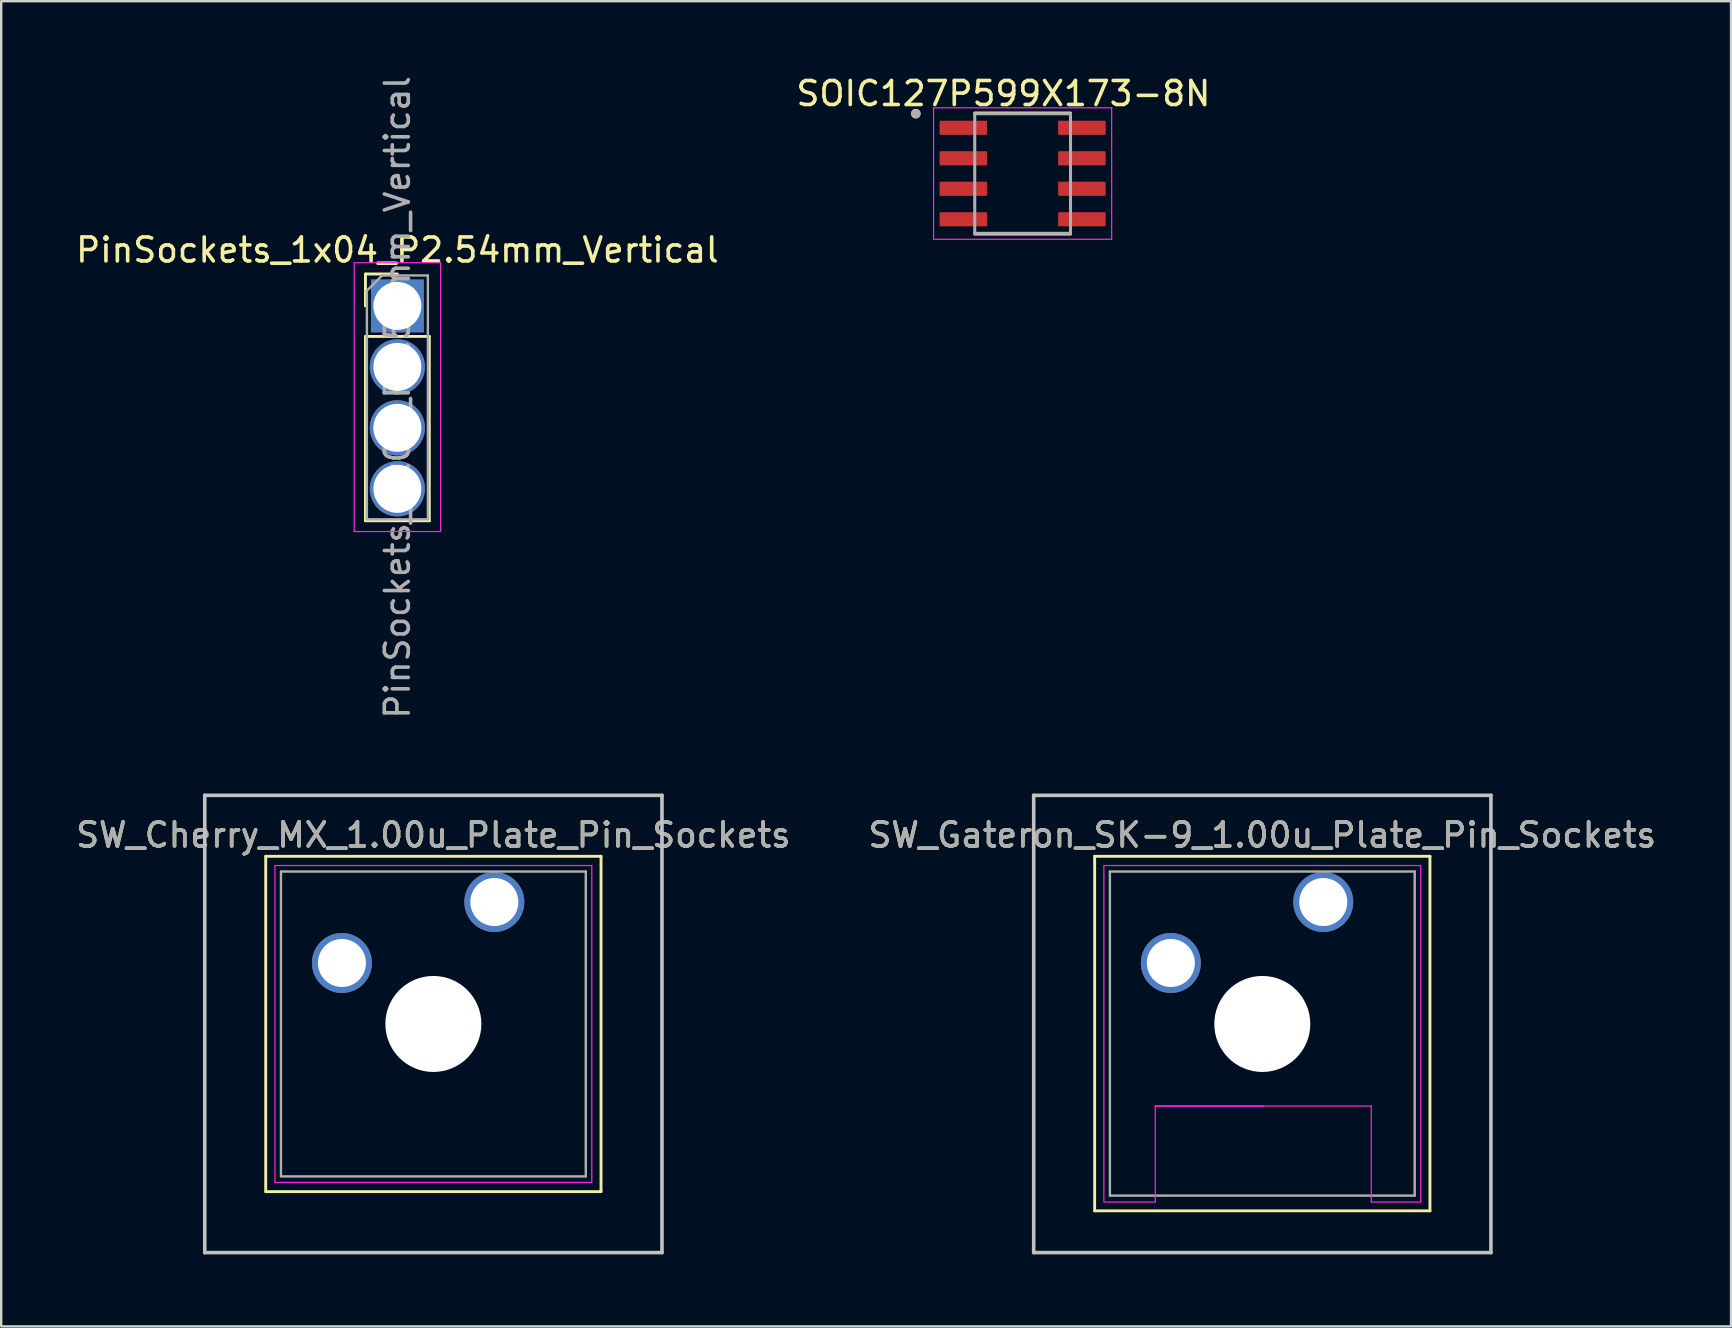
<source format=kicad_pcb>
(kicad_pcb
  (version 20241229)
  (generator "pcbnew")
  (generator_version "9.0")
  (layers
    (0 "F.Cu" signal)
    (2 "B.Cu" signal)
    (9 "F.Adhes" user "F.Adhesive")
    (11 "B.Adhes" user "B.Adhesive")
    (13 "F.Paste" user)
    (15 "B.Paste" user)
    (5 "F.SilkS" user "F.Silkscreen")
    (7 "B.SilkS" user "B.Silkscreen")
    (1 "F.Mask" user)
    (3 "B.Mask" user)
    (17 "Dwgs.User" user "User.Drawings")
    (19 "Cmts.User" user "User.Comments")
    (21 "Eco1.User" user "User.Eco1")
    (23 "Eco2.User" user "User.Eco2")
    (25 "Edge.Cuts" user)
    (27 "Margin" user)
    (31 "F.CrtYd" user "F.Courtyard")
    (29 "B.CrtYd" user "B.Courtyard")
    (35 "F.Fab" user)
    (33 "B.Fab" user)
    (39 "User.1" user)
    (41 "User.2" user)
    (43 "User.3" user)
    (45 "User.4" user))
  (footprint "SW_Gateron_SK-9_1.00u_Plate_Pin_Sockets"
    (layer "F.Cu")
    (at 52.082 34.532)
    (property "Reference" "SW_Gateron_SK-9_1.00u_Plate_Pin_Sockets" (at -2.54 -2.794 0) (layer "F.SilkS") (effects (font (size 1 1) (thickness 0.15))))
    (attr through_hole)
    (fp_line (start -9.525 -1.905) (end 4.445 -1.905) (stroke (width 0.12) (type solid)) (layer "F.SilkS"))
    (fp_line (start -9.525 12.865) (end -9.525 -1.905) (stroke (width 0.12) (type solid)) (layer "F.SilkS"))
    (fp_line (start -9.525 12.865) (end 4.445 12.865) (stroke (width 0.12) (type solid)) (layer "F.SilkS"))
    (fp_line (start 4.445 -1.905) (end 4.445 12.865) (stroke (width 0.12) (type solid)) (layer "F.SilkS"))
    (fp_line (start -12.065 -4.445) (end 6.985 -4.445) (stroke (width 0.15) (type solid)) (layer "Dwgs.User"))
    (fp_line (start -12.065 14.605) (end -12.065 -4.445) (stroke (width 0.15) (type solid)) (layer "Dwgs.User"))
    (fp_line (start 6.985 -4.445) (end 6.985 14.605) (stroke (width 0.15) (type solid)) (layer "Dwgs.User"))
    (fp_line (start 6.985 14.605) (end -12.065 14.605) (stroke (width 0.15) (type solid)) (layer "Dwgs.User"))
    (fp_line (start -9.14 -1.52) (end 4.06 -1.52) (stroke (width 0.05) (type solid)) (layer "F.CrtYd"))
    (fp_line (start -9.14 12.48) (end -9.14 -1.52) (stroke (width 0.05) (type solid)) (layer "F.CrtYd"))
    (fp_line (start -7 8.5) (end -7 12.5) (stroke (width 0.05) (type solid)) (layer "F.CrtYd"))
    (fp_line (start -7 8.5) (end -2.5 8.5) (stroke (width 0.05) (type solid)) (layer "F.CrtYd"))
    (fp_line (start -7 12.5) (end -9.14 12.5) (stroke (width 0.05) (type solid)) (layer "F.CrtYd"))
    (fp_line (start -2.5 8.5) (end -7 8.5) (stroke (width 0.05) (type solid)) (layer "F.CrtYd"))
    (fp_line (start -2.5 8.5) (end 2 8.5) (stroke (width 0.05) (type solid)) (layer "F.CrtYd"))
    (fp_line (start 2 8.5) (end 2 12.5) (stroke (width 0.05) (type solid)) (layer "F.CrtYd"))
    (fp_line (start 2 12.5) (end 4.06 12.5) (stroke (width 0.05) (type solid)) (layer "F.CrtYd"))
    (fp_line (start 4.06 -1.52) (end 4.06 12.48) (stroke (width 0.05) (type solid)) (layer "F.CrtYd"))
    (fp_line (start -8.89 -1.27) (end 3.81 -1.27) (stroke (width 0.1) (type solid)) (layer "F.Fab"))
    (fp_line (start -8.89 12.23) (end -8.89 -1.27) (stroke (width 0.1) (type solid)) (layer "F.Fab"))
    (fp_line (start -8.89 12.23) (end 3.81 12.23) (stroke (width 0.1) (type solid)) (layer "F.Fab"))
    (fp_line (start 3.81 -1.27) (end 3.81 12.23) (stroke (width 0.1) (type solid)) (layer "F.Fab"))
    (fp_text user "${REFERENCE}" (at -2.54 -2.794 0) (layer "F.Fab") (effects (font (size 1 1) (thickness 0.15))))
    (pad "" np_thru_hole circle (at -2.54 5.08) (size 4 4) (drill 4) (layers "*.Cu" "*.Mask"))
    (pad "1" thru_hole circle (at 0 0) (size 2.5 2.5) (drill 2) (layers "*.Cu" "*.Mask"))
    (pad "2" thru_hole circle (at -6.35 2.54) (size 2.5 2.5) (drill 2) (layers "*.Cu" "*.Mask")))
  (footprint "SW_Cherry_MX_1.00u_Plate_Pin_Sockets"
    (layer "F.Cu")
    (at 17.546 34.532)
    (property "Reference" "SW_Cherry_MX_1.00u_Plate_Pin_Sockets" (at -2.54 -2.794 0) (layer "F.SilkS") (effects (font (size 1 1) (thickness 0.15))))
    (attr through_hole)
    (fp_line (start -9.525 -1.905) (end 4.445 -1.905) (stroke (width 0.12) (type solid)) (layer "F.SilkS"))
    (fp_line (start -9.525 12.065) (end -9.525 -1.905) (stroke (width 0.12) (type solid)) (layer "F.SilkS"))
    (fp_line (start 4.445 -1.905) (end 4.445 12.065) (stroke (width 0.12) (type solid)) (layer "F.SilkS"))
    (fp_line (start 4.445 12.065) (end -9.525 12.065) (stroke (width 0.12) (type solid)) (layer "F.SilkS"))
    (fp_line (start -12.065 -4.445) (end 6.985 -4.445) (stroke (width 0.15) (type solid)) (layer "Dwgs.User"))
    (fp_line (start -12.065 14.605) (end -12.065 -4.445) (stroke (width 0.15) (type solid)) (layer "Dwgs.User"))
    (fp_line (start 6.985 -4.445) (end 6.985 14.605) (stroke (width 0.15) (type solid)) (layer "Dwgs.User"))
    (fp_line (start 6.985 14.605) (end -12.065 14.605) (stroke (width 0.15) (type solid)) (layer "Dwgs.User"))
    (fp_line (start -9.14 -1.52) (end 4.06 -1.52) (stroke (width 0.05) (type solid)) (layer "F.CrtYd"))
    (fp_line (start -9.14 11.68) (end -9.14 -1.52) (stroke (width 0.05) (type solid)) (layer "F.CrtYd"))
    (fp_line (start 4.06 -1.52) (end 4.06 11.68) (stroke (width 0.05) (type solid)) (layer "F.CrtYd"))
    (fp_line (start 4.06 11.68) (end -9.14 11.68) (stroke (width 0.05) (type solid)) (layer "F.CrtYd"))
    (fp_line (start -8.89 -1.27) (end 3.81 -1.27) (stroke (width 0.1) (type solid)) (layer "F.Fab"))
    (fp_line (start -8.89 11.43) (end -8.89 -1.27) (stroke (width 0.1) (type solid)) (layer "F.Fab"))
    (fp_line (start 3.81 -1.27) (end 3.81 11.43) (stroke (width 0.1) (type solid)) (layer "F.Fab"))
    (fp_line (start 3.81 11.43) (end -8.89 11.43) (stroke (width 0.1) (type solid)) (layer "F.Fab"))
    (fp_text user "${REFERENCE}" (at -2.54 -2.794 0) (layer "F.Fab") (effects (font (size 1 1) (thickness 0.15))))
    (pad "" np_thru_hole circle (at -2.54 5.08) (size 4 4) (drill 4) (layers "*.Cu" "*.Mask"))
    (pad "1" thru_hole circle (at 0 0) (size 2.5 2.5) (drill 2) (layers "*.Cu" "*.Mask"))
    (pad "2" thru_hole circle (at -6.35 2.54) (size 2.5 2.5) (drill 2) (layers "*.Cu" "*.Mask")))
  (footprint "SOIC127P599X173-8N"
    (layer "F.Cu")
    (at 39.556 4.18)
    (property "Reference" "SOIC127P599X173-8N" (at -0.8 -3.332 0) (layer "F.SilkS") (effects (font (size 1 1) (thickness 0.15))))
    (attr through_hole)
    (fp_line (start -1.995 -2.52) (end 1.995 -2.52) (stroke (width 0.127) (type solid)) (layer "F.SilkS"))
    (fp_line (start -1.995 2.52) (end 1.995 2.52) (stroke (width 0.127) (type solid)) (layer "F.SilkS"))
    (fp_circle (center -4.45 -2.495) (end -4.35 -2.495) (stroke (width 0.2) (type solid)) (fill no) (layer "F.SilkS"))
    (fp_line (start -3.71 -2.74) (end -3.71 2.74) (stroke (width 0.05) (type solid)) (layer "F.CrtYd"))
    (fp_line (start -3.71 -2.74) (end 3.71 -2.74) (stroke (width 0.05) (type solid)) (layer "F.CrtYd"))
    (fp_line (start -3.71 2.74) (end 3.71 2.74) (stroke (width 0.05) (type solid)) (layer "F.CrtYd"))
    (fp_line (start 3.71 -2.74) (end 3.71 2.74) (stroke (width 0.05) (type solid)) (layer "F.CrtYd"))
    (fp_line (start -1.995 -2.49) (end -1.995 2.49) (stroke (width 0.127) (type solid)) (layer "F.Fab"))
    (fp_line (start -1.995 -2.49) (end 1.995 -2.49) (stroke (width 0.127) (type solid)) (layer "F.Fab"))
    (fp_line (start -1.995 2.49) (end 1.995 2.49) (stroke (width 0.127) (type solid)) (layer "F.Fab"))
    (fp_line (start 1.995 -2.49) (end 1.995 2.49) (stroke (width 0.127) (type solid)) (layer "F.Fab"))
    (fp_circle (center -4.45 -2.495) (end -4.35 -2.495) (stroke (width 0.2) (type solid)) (fill no) (layer "F.Fab"))
    (pad "1" smd roundrect (at -2.47 -1.905) (size 1.98 0.59) (layers "F.Cu" "F.Mask" "F.Paste") (roundrect_rratio 0.07))
    (pad "2" smd roundrect (at -2.47 -0.635) (size 1.98 0.59) (layers "F.Cu" "F.Mask" "F.Paste") (roundrect_rratio 0.07))
    (pad "3" smd roundrect (at -2.47 0.635) (size 1.98 0.59) (layers "F.Cu" "F.Mask" "F.Paste") (roundrect_rratio 0.07))
    (pad "4" smd roundrect (at -2.47 1.905) (size 1.98 0.59) (layers "F.Cu" "F.Mask" "F.Paste") (roundrect_rratio 0.07))
    (pad "5" smd roundrect (at 2.47 1.905) (size 1.98 0.59) (layers "F.Cu" "F.Mask" "F.Paste") (roundrect_rratio 0.07))
    (pad "6" smd roundrect (at 2.47 0.635) (size 1.98 0.59) (layers "F.Cu" "F.Mask" "F.Paste") (roundrect_rratio 0.07))
    (pad "7" smd roundrect (at 2.47 -0.635) (size 1.98 0.59) (layers "F.Cu" "F.Mask" "F.Paste") (roundrect_rratio 0.07))
    (pad "8" smd roundrect (at 2.47 -1.905) (size 1.98 0.59) (layers "F.Cu" "F.Mask" "F.Paste") (roundrect_rratio 0.07)))
  (footprint "PinSockets_1x04_P2.54mm_Vertical"
    (layer "F.Cu")
    (at 13.506 9.696)
    (property "Reference" "PinSockets_1x04_P2.54mm_Vertical" (at 0 -2.33 0) (layer "F.SilkS") (effects (font (size 1 1) (thickness 0.15))))
    (attr through_hole)
    (fp_line (start -1.33 -1.33) (end 0 -1.33) (stroke (width 0.12) (type solid)) (layer "F.SilkS"))
    (fp_line (start -1.33 0) (end -1.33 -1.33) (stroke (width 0.12) (type solid)) (layer "F.SilkS"))
    (fp_line (start -1.33 1.27) (end -1.33 8.95) (stroke (width 0.12) (type solid)) (layer "F.SilkS"))
    (fp_line (start -1.33 1.27) (end 1.33 1.27) (stroke (width 0.12) (type solid)) (layer "F.SilkS"))
    (fp_line (start -1.33 8.95) (end 1.33 8.95) (stroke (width 0.12) (type solid)) (layer "F.SilkS"))
    (fp_line (start 1.33 1.27) (end 1.33 8.95) (stroke (width 0.12) (type solid)) (layer "F.SilkS"))
    (fp_line (start -1.8 -1.8) (end -1.8 9.4) (stroke (width 0.05) (type solid)) (layer "F.CrtYd"))
    (fp_line (start -1.8 9.4) (end 1.8 9.4) (stroke (width 0.05) (type solid)) (layer "F.CrtYd"))
    (fp_line (start 1.8 -1.8) (end -1.8 -1.8) (stroke (width 0.05) (type solid)) (layer "F.CrtYd"))
    (fp_line (start 1.8 9.4) (end 1.8 -1.8) (stroke (width 0.05) (type solid)) (layer "F.CrtYd"))
    (fp_line (start -1.27 -0.635) (end -0.635 -1.27) (stroke (width 0.1) (type solid)) (layer "F.Fab"))
    (fp_line (start -1.27 8.89) (end -1.27 -0.635) (stroke (width 0.1) (type solid)) (layer "F.Fab"))
    (fp_line (start -0.635 -1.27) (end 1.27 -1.27) (stroke (width 0.1) (type solid)) (layer "F.Fab"))
    (fp_line (start 1.27 -1.27) (end 1.27 8.89) (stroke (width 0.1) (type solid)) (layer "F.Fab"))
    (fp_line (start 1.27 8.89) (end -1.27 8.89) (stroke (width 0.1) (type solid)) (layer "F.Fab"))
    (fp_text user "${REFERENCE}" (at 0 3.81 90) (layer "F.Fab") (effects (font (size 1 1) (thickness 0.15))))
    (pad "1" thru_hole rect (at 0 0) (size 2.2 2.2) (drill 2) (layers "*.Cu" "*.Mask"))
    (pad "2" thru_hole circle (at 0 2.54) (size 2.3 2.3) (drill 2) (layers "*.Cu" "*.Mask"))
    (pad "3" thru_hole circle (at 0 5.08) (size 2.3 2.3) (drill 2) (layers "*.Cu" "*.Mask"))
    (pad "4" thru_hole circle (at 0 7.62) (size 2.3 2.3) (drill 2) (layers "*.Cu" "*.Mask")))
  (gr_rect
    (start -3 -3)
    (end 69.071 52.212)
    (stroke (width 0.1) (type default))
    (fill no)
    (layer "Edge.Cuts")))
</source>
